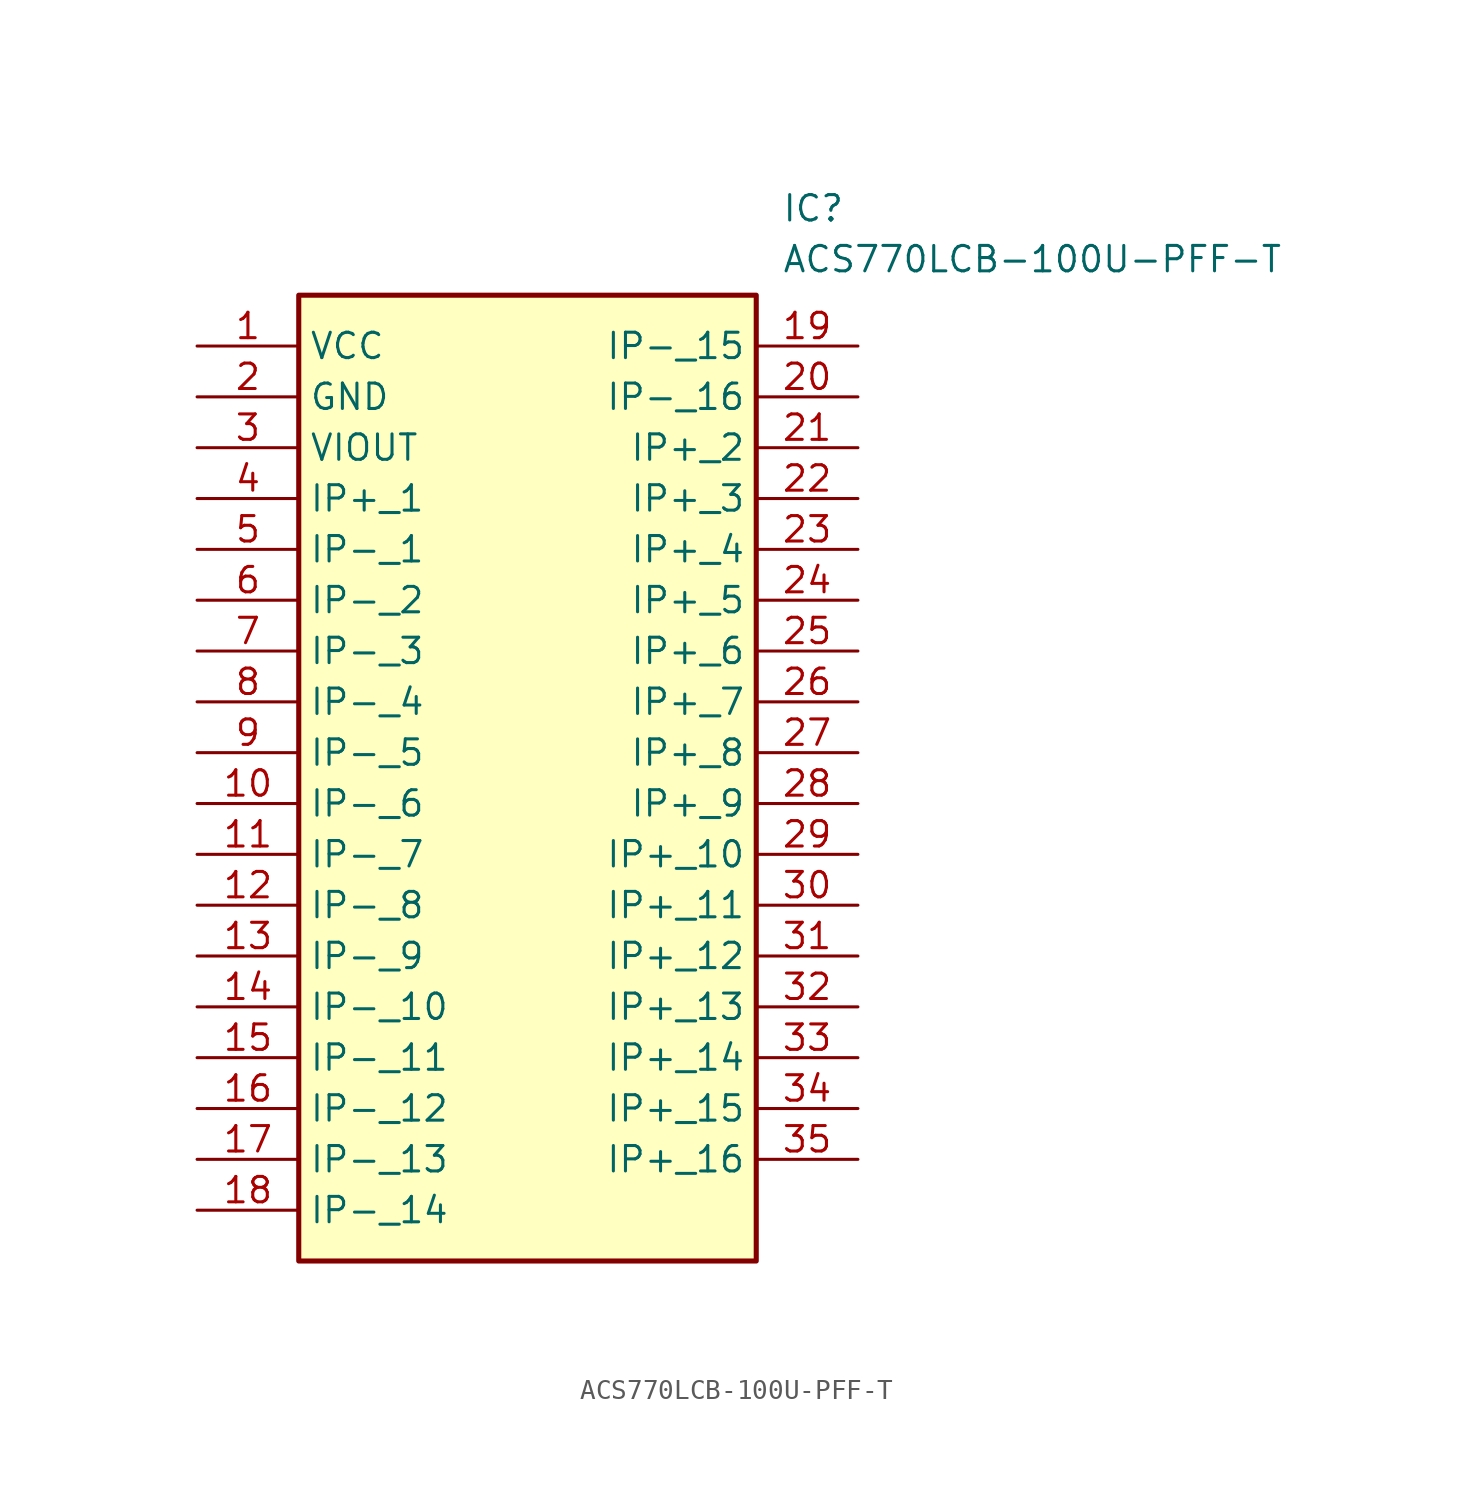
<source format=kicad_sym>
(kicad_symbol_lib
  (version 20211014)
  (generator SamacSys_ECAD_Model)
  (symbol "ACS770LCB-100U-PFF-T"
    (property "Reference" "IC"
      (at 29.21 7.62 0)
      (effects (font (size 1.27 1.27)) (justify left top)))
    (property "Value" "ACS770LCB-100U-PFF-T"
      (at 29.21 5.08 0)
      (effects (font (size 1.27 1.27)) (justify left top)))
    (rectangle
      (start 5.08 2.54)
      (end 27.94 -45.72)
      (stroke (width 0.254) (type default))
      (fill (type background)))
    (pin passive line
      (at 0 0 0)
      (length 5.08)
      (name "VCC" (effects (font (size 1.27 1.27))))
      (number "1" (effects (font (size 1.27 1.27)))))
    (pin passive line
      (at 0 -2.54 0)
      (length 5.08)
      (name "GND" (effects (font (size 1.27 1.27))))
      (number "2" (effects (font (size 1.27 1.27)))))
    (pin passive line
      (at 0 -5.08 0)
      (length 5.08)
      (name "VIOUT" (effects (font (size 1.27 1.27))))
      (number "3" (effects (font (size 1.27 1.27)))))
    (pin passive line
      (at 0 -7.62 0)
      (length 5.08)
      (name "IP+_1" (effects (font (size 1.27 1.27))))
      (number "4" (effects (font (size 1.27 1.27)))))
    (pin passive line
      (at 0 -10.16 0)
      (length 5.08)
      (name "IP-_1" (effects (font (size 1.27 1.27))))
      (number "5" (effects (font (size 1.27 1.27)))))
    (pin passive line
      (at 0 -12.7 0)
      (length 5.08)
      (name "IP-_2" (effects (font (size 1.27 1.27))))
      (number "6" (effects (font (size 1.27 1.27)))))
    (pin passive line
      (at 0 -15.24 0)
      (length 5.08)
      (name "IP-_3" (effects (font (size 1.27 1.27))))
      (number "7" (effects (font (size 1.27 1.27)))))
    (pin passive line
      (at 0 -17.78 0)
      (length 5.08)
      (name "IP-_4" (effects (font (size 1.27 1.27))))
      (number "8" (effects (font (size 1.27 1.27)))))
    (pin passive line
      (at 0 -20.32 0)
      (length 5.08)
      (name "IP-_5" (effects (font (size 1.27 1.27))))
      (number "9" (effects (font (size 1.27 1.27)))))
    (pin passive line
      (at 0 -22.86 0)
      (length 5.08)
      (name "IP-_6" (effects (font (size 1.27 1.27))))
      (number "10" (effects (font (size 1.27 1.27)))))
    (pin passive line
      (at 0 -25.4 0)
      (length 5.08)
      (name "IP-_7" (effects (font (size 1.27 1.27))))
      (number "11" (effects (font (size 1.27 1.27)))))
    (pin passive line
      (at 0 -27.94 0)
      (length 5.08)
      (name "IP-_8" (effects (font (size 1.27 1.27))))
      (number "12" (effects (font (size 1.27 1.27)))))
    (pin passive line
      (at 0 -30.48 0)
      (length 5.08)
      (name "IP-_9" (effects (font (size 1.27 1.27))))
      (number "13" (effects (font (size 1.27 1.27)))))
    (pin passive line
      (at 0 -33.02 0)
      (length 5.08)
      (name "IP-_10" (effects (font (size 1.27 1.27))))
      (number "14" (effects (font (size 1.27 1.27)))))
    (pin passive line
      (at 0 -35.56 0)
      (length 5.08)
      (name "IP-_11" (effects (font (size 1.27 1.27))))
      (number "15" (effects (font (size 1.27 1.27)))))
    (pin passive line
      (at 0 -38.1 0)
      (length 5.08)
      (name "IP-_12" (effects (font (size 1.27 1.27))))
      (number "16" (effects (font (size 1.27 1.27)))))
    (pin passive line
      (at 0 -40.64 0)
      (length 5.08)
      (name "IP-_13" (effects (font (size 1.27 1.27))))
      (number "17" (effects (font (size 1.27 1.27)))))
    (pin passive line
      (at 0 -43.18 0)
      (length 5.08)
      (name "IP-_14" (effects (font (size 1.27 1.27))))
      (number "18" (effects (font (size 1.27 1.27)))))
    (pin passive line
      (at 33.02 0 180)
      (length 5.08)
      (name "IP-_15" (effects (font (size 1.27 1.27))))
      (number "19" (effects (font (size 1.27 1.27)))))
    (pin passive line
      (at 33.02 -2.54 180)
      (length 5.08)
      (name "IP-_16" (effects (font (size 1.27 1.27))))
      (number "20" (effects (font (size 1.27 1.27)))))
    (pin passive line
      (at 33.02 -5.08 180)
      (length 5.08)
      (name "IP+_2" (effects (font (size 1.27 1.27))))
      (number "21" (effects (font (size 1.27 1.27)))))
    (pin passive line
      (at 33.02 -7.62 180)
      (length 5.08)
      (name "IP+_3" (effects (font (size 1.27 1.27))))
      (number "22" (effects (font (size 1.27 1.27)))))
    (pin passive line
      (at 33.02 -10.16 180)
      (length 5.08)
      (name "IP+_4" (effects (font (size 1.27 1.27))))
      (number "23" (effects (font (size 1.27 1.27)))))
    (pin passive line
      (at 33.02 -12.7 180)
      (length 5.08)
      (name "IP+_5" (effects (font (size 1.27 1.27))))
      (number "24" (effects (font (size 1.27 1.27)))))
    (pin passive line
      (at 33.02 -15.24 180)
      (length 5.08)
      (name "IP+_6" (effects (font (size 1.27 1.27))))
      (number "25" (effects (font (size 1.27 1.27)))))
    (pin passive line
      (at 33.02 -17.78 180)
      (length 5.08)
      (name "IP+_7" (effects (font (size 1.27 1.27))))
      (number "26" (effects (font (size 1.27 1.27)))))
    (pin passive line
      (at 33.02 -20.32 180)
      (length 5.08)
      (name "IP+_8" (effects (font (size 1.27 1.27))))
      (number "27" (effects (font (size 1.27 1.27)))))
    (pin passive line
      (at 33.02 -22.86 180)
      (length 5.08)
      (name "IP+_9" (effects (font (size 1.27 1.27))))
      (number "28" (effects (font (size 1.27 1.27)))))
    (pin passive line
      (at 33.02 -25.4 180)
      (length 5.08)
      (name "IP+_10" (effects (font (size 1.27 1.27))))
      (number "29" (effects (font (size 1.27 1.27)))))
    (pin passive line
      (at 33.02 -27.94 180)
      (length 5.08)
      (name "IP+_11" (effects (font (size 1.27 1.27))))
      (number "30" (effects (font (size 1.27 1.27)))))
    (pin passive line
      (at 33.02 -30.48 180)
      (length 5.08)
      (name "IP+_12" (effects (font (size 1.27 1.27))))
      (number "31" (effects (font (size 1.27 1.27)))))
    (pin passive line
      (at 33.02 -33.02 180)
      (length 5.08)
      (name "IP+_13" (effects (font (size 1.27 1.27))))
      (number "32" (effects (font (size 1.27 1.27)))))
    (pin passive line
      (at 33.02 -35.56 180)
      (length 5.08)
      (name "IP+_14" (effects (font (size 1.27 1.27))))
      (number "33" (effects (font (size 1.27 1.27)))))
    (pin passive line
      (at 33.02 -38.1 180)
      (length 5.08)
      (name "IP+_15" (effects (font (size 1.27 1.27))))
      (number "34" (effects (font (size 1.27 1.27)))))
    (pin passive line
      (at 33.02 -40.64 180)
      (length 5.08)
      (name "IP+_16" (effects (font (size 1.27 1.27))))
      (number "35" (effects (font (size 1.27 1.27)))))))
</source>
